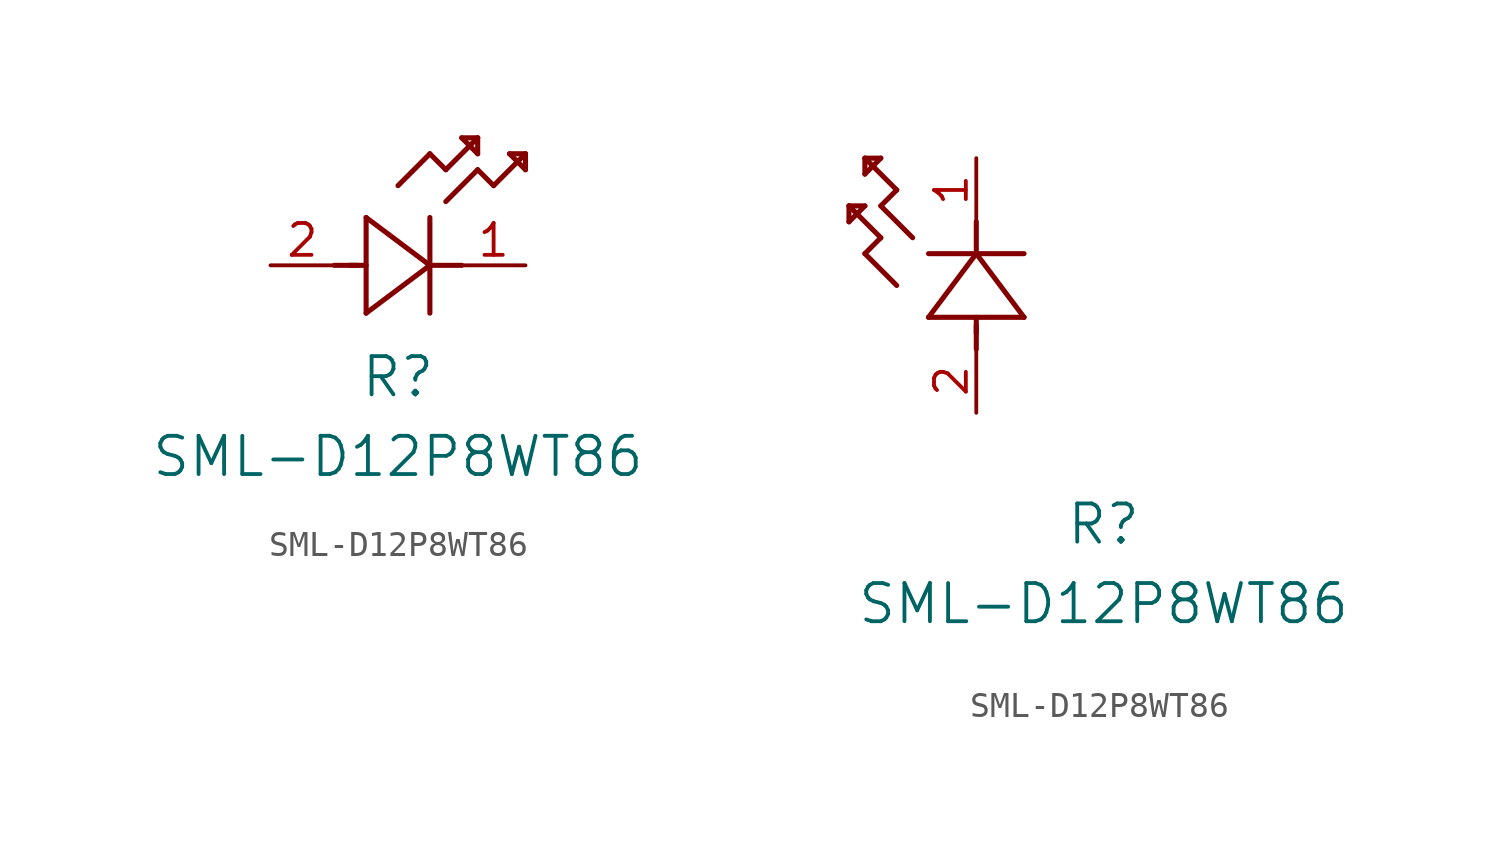
<source format=kicad_sym>
(kicad_symbol_lib
  (version 20211014)
  (generator kicad_symbol_editor)
  (symbol "SML-D12P8WT86"
    (pin_names
      (offset 0.254))
    (property "Reference" "R"
      (at 5.08 -4.445 0)
      (effects (font (size 1.524 1.524))))
    (property "Value" "SML-D12P8WT86"
      (at 5.08 -7.62 0)
      (effects (font (size 1.524 1.524))))
    (symbol "SML-D12P8WT86_1_1"
      (polyline (pts (xy 2.54 0) (xy 3.48 0)) (stroke (width 0.203) (type default) (color 0 0 0 0)) (fill (type none)))
      (polyline (pts (xy 3.81 1.905) (xy 3.81 -1.905)) (stroke (width 0.203) (type default) (color 0 0 0 0)) (fill (type none)))
      (polyline (pts (xy 3.175 0) (xy 3.81 0)) (stroke (width 0.203) (type default) (color 0 0 0 0)) (fill (type none)))
      (polyline (pts (xy 6.35 -1.905) (xy 6.35 1.905)) (stroke (width 0.203) (type default) (color 0 0 0 0)) (fill (type none)))
      (polyline (pts (xy 6.35 0) (xy 7.62 0)) (stroke (width 0.203) (type default) (color 0 0 0 0)) (fill (type none)))
      (polyline (pts (xy 6.35 4.445) (xy 6.985 3.81)) (stroke (width 0.203) (type default) (color 0 0 0 0)) (fill (type none)))
      (polyline (pts (xy 6.985 3.81) (xy 8.255 5.08)) (stroke (width 0.203) (type default) (color 0 0 0 0)) (fill (type none)))
      (polyline (pts (xy 8.255 3.81) (xy 8.89 3.175)) (stroke (width 0.203) (type default) (color 0 0 0 0)) (fill (type none)))
      (polyline (pts (xy 8.89 3.175) (xy 10.16 4.445)) (stroke (width 0.203) (type default) (color 0 0 0 0)) (fill (type none)))
      (polyline (pts (xy 8.255 5.08) (xy 7.62 5.08)) (stroke (width 0.203) (type default) (color 0 0 0 0)) (fill (type none)))
      (polyline (pts (xy 7.62 5.08) (xy 8.255 4.445)) (stroke (width 0.203) (type default) (color 0 0 0 0)) (fill (type none)))
      (polyline (pts (xy 8.255 4.445) (xy 8.255 5.08)) (stroke (width 0.203) (type default) (color 0 0 0 0)) (fill (type none)))
      (polyline (pts (xy 10.16 4.445) (xy 9.525 4.445)) (stroke (width 0.203) (type default) (color 0 0 0 0)) (fill (type none)))
      (polyline (pts (xy 9.525 4.445) (xy 10.16 3.81)) (stroke (width 0.203) (type default) (color 0 0 0 0)) (fill (type none)))
      (polyline (pts (xy 10.16 3.81) (xy 10.16 4.445)) (stroke (width 0.203) (type default) (color 0 0 0 0)) (fill (type none)))
      (polyline (pts (xy 6.985 2.54) (xy 8.255 3.81)) (stroke (width 0.203) (type default) (color 0 0 0 0)) (fill (type none)))
      (polyline (pts (xy 6.35 0) (xy 3.81 1.905)) (stroke (width 0.203) (type default) (color 0 0 0 0)) (fill (type none)))
      (polyline (pts (xy 3.81 -1.905) (xy 6.35 0)) (stroke (width 0.203) (type default) (color 0 0 0 0)) (fill (type none)))
      (polyline (pts (xy 5.08 3.175) (xy 6.35 4.445)) (stroke (width 0.203) (type default) (color 0 0 0 0)) (fill (type none)))
      (pin unspecified line (at 10.16 0 180) (length 2.54) (name "" (effects (font (size 1.27 1.27)))) (number "1" (effects (font (size 1.27 1.27)))))
      (pin unspecified line (at 0 0 0) (length 2.54) (name "" (effects (font (size 1.27 1.27)))) (number "2" (effects (font (size 1.27 1.27))))))
    (symbol "SML-D12P8WT86_1_2"
      (polyline (pts (xy 0 2.54) (xy 0 3.48)) (stroke (width 0.203) (type default) (color 0 0 0 0)) (fill (type none)))
      (polyline (pts (xy -1.905 3.81) (xy 1.905 3.81)) (stroke (width 0.203) (type default) (color 0 0 0 0)) (fill (type none)))
      (polyline (pts (xy 0 3.175) (xy 0 3.81)) (stroke (width 0.203) (type default) (color 0 0 0 0)) (fill (type none)))
      (polyline (pts (xy 1.905 6.35) (xy -1.905 6.35)) (stroke (width 0.203) (type default) (color 0 0 0 0)) (fill (type none)))
      (polyline (pts (xy 0 6.35) (xy 0 7.62)) (stroke (width 0.203) (type default) (color 0 0 0 0)) (fill (type none)))
      (polyline (pts (xy 0 6.35) (xy -1.905 3.81)) (stroke (width 0.203) (type default) (color 0 0 0 0)) (fill (type none)))
      (polyline (pts (xy 1.905 3.81) (xy 0 6.35)) (stroke (width 0.203) (type default) (color 0 0 0 0)) (fill (type none)))
      (polyline (pts (xy -4.445 6.35) (xy -3.81 6.985)) (stroke (width 0.203) (type default) (color 0 0 0 0)) (fill (type none)))
      (polyline (pts (xy -2.54 6.985) (xy -3.81 8.255)) (stroke (width 0.203) (type default) (color 0 0 0 0)) (fill (type none)))
      (polyline (pts (xy -3.175 5.08) (xy -4.445 6.35)) (stroke (width 0.203) (type default) (color 0 0 0 0)) (fill (type none)))
      (polyline (pts (xy -4.445 10.16) (xy -4.445 9.525)) (stroke (width 0.203) (type default) (color 0 0 0 0)) (fill (type none)))
      (polyline (pts (xy -4.445 9.525) (xy -3.81 10.16)) (stroke (width 0.203) (type default) (color 0 0 0 0)) (fill (type none)))
      (polyline (pts (xy -3.81 10.16) (xy -4.445 10.16)) (stroke (width 0.203) (type default) (color 0 0 0 0)) (fill (type none)))
      (polyline (pts (xy -3.81 8.255) (xy -3.175 8.89)) (stroke (width 0.203) (type default) (color 0 0 0 0)) (fill (type none)))
      (polyline (pts (xy -3.175 8.89) (xy -4.445 10.16)) (stroke (width 0.203) (type default) (color 0 0 0 0)) (fill (type none)))
      (polyline (pts (xy -3.81 6.985) (xy -5.08 8.255)) (stroke (width 0.203) (type default) (color 0 0 0 0)) (fill (type none)))
      (polyline (pts (xy -5.08 8.255) (xy -5.08 7.62)) (stroke (width 0.203) (type default) (color 0 0 0 0)) (fill (type none)))
      (polyline (pts (xy -5.08 7.62) (xy -4.445 8.255)) (stroke (width 0.203) (type default) (color 0 0 0 0)) (fill (type none)))
      (polyline (pts (xy -4.445 8.255) (xy -5.08 8.255)) (stroke (width 0.203) (type default) (color 0 0 0 0)) (fill (type none)))
      (pin unspecified line (at 0 10.16 270) (length 2.54) (name "" (effects (font (size 1.27 1.27)))) (number "1" (effects (font (size 1.27 1.27)))))
      (pin unspecified line (at 0 0 90) (length 2.54) (name "" (effects (font (size 1.27 1.27)))) (number "2" (effects (font (size 1.27 1.27))))))))
</source>
